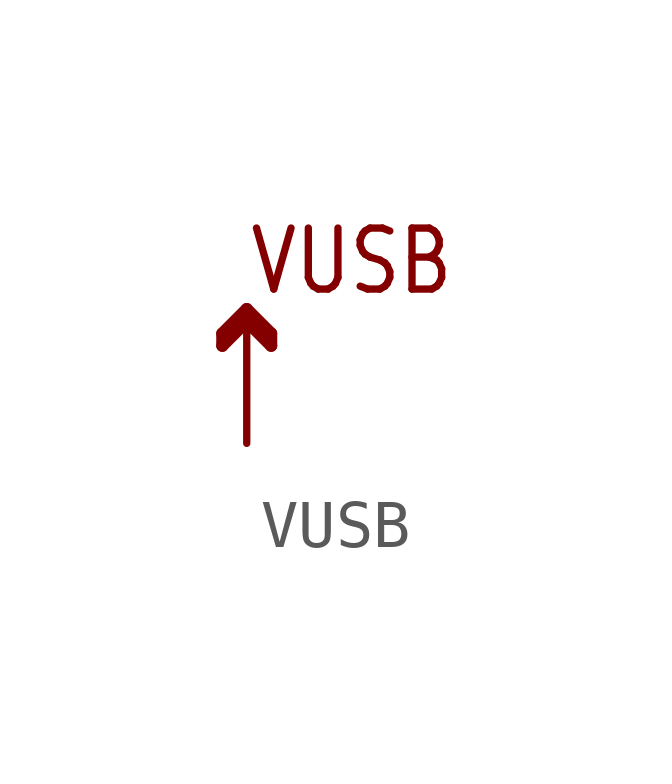
<source format=kicad_sym>
(kicad_symbol_lib
  (version 20211014)
  (generator kicad_symbol_editor)
  (symbol "VUSB"
    (power)
    (property "Reference" "#V"
      (at 0 0 0)
      (effects (font (size 1.27 1.27)) hide))
    (property "ki_locked" ""
      (at 0 0 0)
      (effects (font (size 1.27 1.27))))
    (symbol "VUSB_1_0"
      (polyline (pts (xy -0.508 2.032) (xy 0 2.54)) (stroke (width 0.254) (type default) (color 0 0 0 0)) (fill (type none)))
      (polyline (pts (xy -0.508 2.286) (xy -0.508 2.032)) (stroke (width 0.254) (type default) (color 0 0 0 0)) (fill (type none)))
      (polyline (pts (xy -0.508 2.286) (xy 0 2.794)) (stroke (width 0.254) (type default) (color 0 0 0 0)) (fill (type none)))
      (polyline (pts (xy 0 2.54) (xy 0.508 2.032)) (stroke (width 0.254) (type default) (color 0 0 0 0)) (fill (type none)))
      (polyline (pts (xy 0 2.794) (xy 0.508 2.286)) (stroke (width 0.254) (type default) (color 0 0 0 0)) (fill (type none)))
      (polyline (pts (xy 0.508 2.286) (xy 0.508 2.032)) (stroke (width 0.254) (type default) (color 0 0 0 0)) (fill (type none)))
      (text "VUSB" (at 0 3.048 0) (effects (font (size 1.27 1.079)) (justify left bottom)))
      (pin power_in line (at 0 0 90) (length 2.54) (name "VUSB" (effects (font (size 0 0)))) (number "1" (effects (font (size 0 0))))))))
</source>
